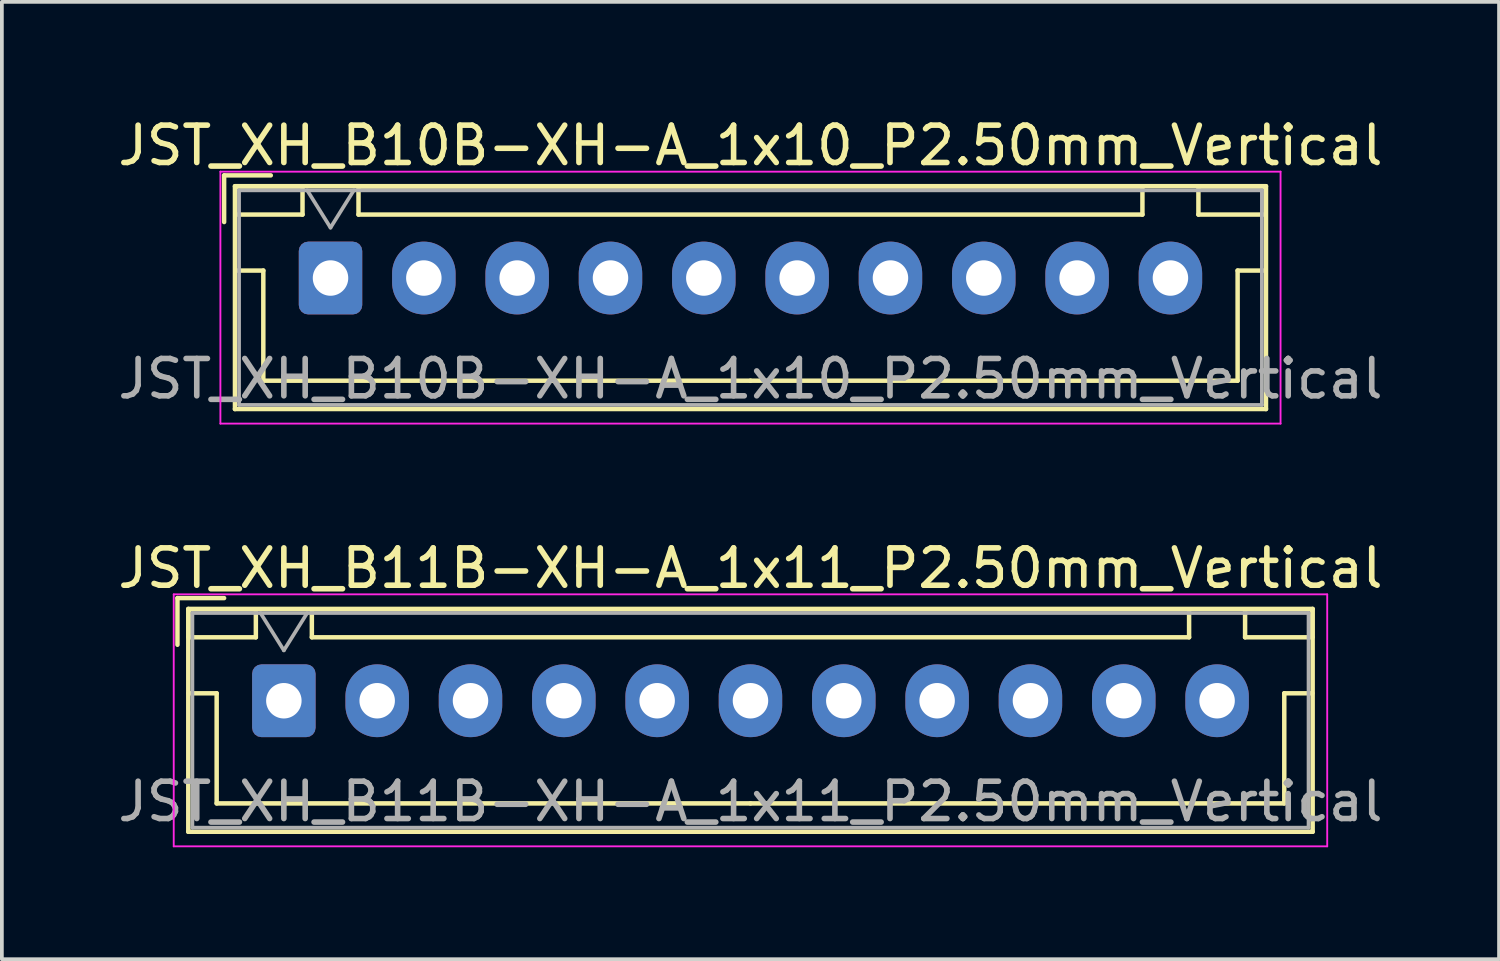
<source format=kicad_pcb>
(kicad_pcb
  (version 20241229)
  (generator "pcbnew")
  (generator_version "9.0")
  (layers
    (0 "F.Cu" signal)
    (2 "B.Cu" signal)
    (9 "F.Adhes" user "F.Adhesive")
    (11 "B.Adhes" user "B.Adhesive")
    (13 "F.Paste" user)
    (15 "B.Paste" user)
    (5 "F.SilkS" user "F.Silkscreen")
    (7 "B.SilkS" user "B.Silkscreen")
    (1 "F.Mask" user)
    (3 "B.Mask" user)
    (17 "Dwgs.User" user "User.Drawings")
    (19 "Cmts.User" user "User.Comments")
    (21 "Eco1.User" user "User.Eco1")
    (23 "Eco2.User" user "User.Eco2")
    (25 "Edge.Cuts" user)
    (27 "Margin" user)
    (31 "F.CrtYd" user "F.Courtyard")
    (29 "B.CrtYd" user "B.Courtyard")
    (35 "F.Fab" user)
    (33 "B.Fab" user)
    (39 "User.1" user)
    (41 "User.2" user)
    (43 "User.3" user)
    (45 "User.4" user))
  (footprint "JST_XH_B10B-XH-A_1x10_P2.50mm_Vertical"
    (layer "F.Cu")
    (at 5.804 4.398)
    (property "Reference" "JST_XH_B10B-XH-A_1x10_P2.50mm_Vertical" (at 11.25 -3.55 0) (layer "F.SilkS") (effects (font (size 1 1) (thickness 0.15))))
    (attr through_hole)
    (fp_line (start -2.85 -2.75) (end -2.85 -1.5) (stroke (width 0.12) (type solid)) (layer "F.SilkS"))
    (fp_line (start -2.56 -2.46) (end -2.56 3.51) (stroke (width 0.12) (type solid)) (layer "F.SilkS"))
    (fp_line (start -2.56 3.51) (end 25.06 3.51) (stroke (width 0.12) (type solid)) (layer "F.SilkS"))
    (fp_line (start -2.55 -2.45) (end -2.55 -1.7) (stroke (width 0.12) (type solid)) (layer "F.SilkS"))
    (fp_line (start -2.55 -1.7) (end -0.75 -1.7) (stroke (width 0.12) (type solid)) (layer "F.SilkS"))
    (fp_line (start -2.55 -0.2) (end -1.8 -0.2) (stroke (width 0.12) (type solid)) (layer "F.SilkS"))
    (fp_line (start -1.8 -0.2) (end -1.8 2.75) (stroke (width 0.12) (type solid)) (layer "F.SilkS"))
    (fp_line (start -1.8 2.75) (end 11.25 2.75) (stroke (width 0.12) (type solid)) (layer "F.SilkS"))
    (fp_line (start -1.6 -2.75) (end -2.85 -2.75) (stroke (width 0.12) (type solid)) (layer "F.SilkS"))
    (fp_line (start -0.75 -2.45) (end -2.55 -2.45) (stroke (width 0.12) (type solid)) (layer "F.SilkS"))
    (fp_line (start -0.75 -1.7) (end -0.75 -2.45) (stroke (width 0.12) (type solid)) (layer "F.SilkS"))
    (fp_line (start 0.75 -2.45) (end 0.75 -1.7) (stroke (width 0.12) (type solid)) (layer "F.SilkS"))
    (fp_line (start 0.75 -1.7) (end 21.75 -1.7) (stroke (width 0.12) (type solid)) (layer "F.SilkS"))
    (fp_line (start 21.75 -2.45) (end 0.75 -2.45) (stroke (width 0.12) (type solid)) (layer "F.SilkS"))
    (fp_line (start 21.75 -1.7) (end 21.75 -2.45) (stroke (width 0.12) (type solid)) (layer "F.SilkS"))
    (fp_line (start 23.25 -2.45) (end 23.25 -1.7) (stroke (width 0.12) (type solid)) (layer "F.SilkS"))
    (fp_line (start 23.25 -1.7) (end 25.05 -1.7) (stroke (width 0.12) (type solid)) (layer "F.SilkS"))
    (fp_line (start 24.3 -0.2) (end 24.3 2.75) (stroke (width 0.12) (type solid)) (layer "F.SilkS"))
    (fp_line (start 24.3 2.75) (end 11.25 2.75) (stroke (width 0.12) (type solid)) (layer "F.SilkS"))
    (fp_line (start 25.05 -2.45) (end 23.25 -2.45) (stroke (width 0.12) (type solid)) (layer "F.SilkS"))
    (fp_line (start 25.05 -1.7) (end 25.05 -2.45) (stroke (width 0.12) (type solid)) (layer "F.SilkS"))
    (fp_line (start 25.05 -0.2) (end 24.3 -0.2) (stroke (width 0.12) (type solid)) (layer "F.SilkS"))
    (fp_line (start 25.06 -2.46) (end -2.56 -2.46) (stroke (width 0.12) (type solid)) (layer "F.SilkS"))
    (fp_line (start 25.06 3.51) (end 25.06 -2.46) (stroke (width 0.12) (type solid)) (layer "F.SilkS"))
    (fp_line (start -2.95 -2.85) (end -2.95 3.9) (stroke (width 0.05) (type solid)) (layer "F.CrtYd"))
    (fp_line (start -2.95 3.9) (end 25.45 3.9) (stroke (width 0.05) (type solid)) (layer "F.CrtYd"))
    (fp_line (start 25.45 -2.85) (end -2.95 -2.85) (stroke (width 0.05) (type solid)) (layer "F.CrtYd"))
    (fp_line (start 25.45 3.9) (end 25.45 -2.85) (stroke (width 0.05) (type solid)) (layer "F.CrtYd"))
    (fp_line (start -2.45 -2.35) (end -2.45 3.4) (stroke (width 0.1) (type solid)) (layer "F.Fab"))
    (fp_line (start -2.45 3.4) (end 24.95 3.4) (stroke (width 0.1) (type solid)) (layer "F.Fab"))
    (fp_line (start -0.625 -2.35) (end 0 -1.35) (stroke (width 0.1) (type solid)) (layer "F.Fab"))
    (fp_line (start 0 -1.35) (end 0.625 -2.35) (stroke (width 0.1) (type solid)) (layer "F.Fab"))
    (fp_line (start 24.95 -2.35) (end -2.45 -2.35) (stroke (width 0.1) (type solid)) (layer "F.Fab"))
    (fp_line (start 24.95 3.4) (end 24.95 -2.35) (stroke (width 0.1) (type solid)) (layer "F.Fab"))
    (fp_text user "${REFERENCE}" (at 11.25 2.7 0) (layer "F.Fab") (effects (font (size 1 1) (thickness 0.15))))
    (pad "1" thru_hole roundrect (at 0 0) (size 1.7 1.95) (drill 0.95) (layers "*.Cu" "*.Mask") (roundrect_rratio 0.147))
    (pad "2" thru_hole oval (at 2.5 0) (size 1.7 1.95) (drill 0.95) (layers "*.Cu" "*.Mask"))
    (pad "3" thru_hole oval (at 5 0) (size 1.7 1.95) (drill 0.95) (layers "*.Cu" "*.Mask"))
    (pad "4" thru_hole oval (at 7.5 0) (size 1.7 1.95) (drill 0.95) (layers "*.Cu" "*.Mask"))
    (pad "5" thru_hole oval (at 10 0) (size 1.7 1.95) (drill 0.95) (layers "*.Cu" "*.Mask"))
    (pad "6" thru_hole oval (at 12.5 0) (size 1.7 1.95) (drill 0.95) (layers "*.Cu" "*.Mask"))
    (pad "7" thru_hole oval (at 15 0) (size 1.7 1.95) (drill 0.95) (layers "*.Cu" "*.Mask"))
    (pad "8" thru_hole oval (at 17.5 0) (size 1.7 1.95) (drill 0.95) (layers "*.Cu" "*.Mask"))
    (pad "9" thru_hole oval (at 20 0) (size 1.7 1.95) (drill 0.95) (layers "*.Cu" "*.Mask"))
    (pad "10" thru_hole oval (at 22.5 0) (size 1.7 1.95) (drill 0.95) (layers "*.Cu" "*.Mask")))
  (footprint "JST_XH_B11B-XH-A_1x11_P2.50mm_Vertical"
    (layer "F.Cu")
    (at 4.554 15.722)
    (property "Reference" "JST_XH_B11B-XH-A_1x11_P2.50mm_Vertical" (at 12.5 -3.55 0) (layer "F.SilkS") (effects (font (size 1 1) (thickness 0.15))))
    (attr through_hole)
    (fp_line (start -2.85 -2.75) (end -2.85 -1.5) (stroke (width 0.12) (type solid)) (layer "F.SilkS"))
    (fp_line (start -2.56 -2.46) (end -2.56 3.51) (stroke (width 0.12) (type solid)) (layer "F.SilkS"))
    (fp_line (start -2.56 3.51) (end 27.56 3.51) (stroke (width 0.12) (type solid)) (layer "F.SilkS"))
    (fp_line (start -2.55 -2.45) (end -2.55 -1.7) (stroke (width 0.12) (type solid)) (layer "F.SilkS"))
    (fp_line (start -2.55 -1.7) (end -0.75 -1.7) (stroke (width 0.12) (type solid)) (layer "F.SilkS"))
    (fp_line (start -2.55 -0.2) (end -1.8 -0.2) (stroke (width 0.12) (type solid)) (layer "F.SilkS"))
    (fp_line (start -1.8 -0.2) (end -1.8 2.75) (stroke (width 0.12) (type solid)) (layer "F.SilkS"))
    (fp_line (start -1.8 2.75) (end 12.5 2.75) (stroke (width 0.12) (type solid)) (layer "F.SilkS"))
    (fp_line (start -1.6 -2.75) (end -2.85 -2.75) (stroke (width 0.12) (type solid)) (layer "F.SilkS"))
    (fp_line (start -0.75 -2.45) (end -2.55 -2.45) (stroke (width 0.12) (type solid)) (layer "F.SilkS"))
    (fp_line (start -0.75 -1.7) (end -0.75 -2.45) (stroke (width 0.12) (type solid)) (layer "F.SilkS"))
    (fp_line (start 0.75 -2.45) (end 0.75 -1.7) (stroke (width 0.12) (type solid)) (layer "F.SilkS"))
    (fp_line (start 0.75 -1.7) (end 24.25 -1.7) (stroke (width 0.12) (type solid)) (layer "F.SilkS"))
    (fp_line (start 24.25 -2.45) (end 0.75 -2.45) (stroke (width 0.12) (type solid)) (layer "F.SilkS"))
    (fp_line (start 24.25 -1.7) (end 24.25 -2.45) (stroke (width 0.12) (type solid)) (layer "F.SilkS"))
    (fp_line (start 25.75 -2.45) (end 25.75 -1.7) (stroke (width 0.12) (type solid)) (layer "F.SilkS"))
    (fp_line (start 25.75 -1.7) (end 27.55 -1.7) (stroke (width 0.12) (type solid)) (layer "F.SilkS"))
    (fp_line (start 26.8 -0.2) (end 26.8 2.75) (stroke (width 0.12) (type solid)) (layer "F.SilkS"))
    (fp_line (start 26.8 2.75) (end 12.5 2.75) (stroke (width 0.12) (type solid)) (layer "F.SilkS"))
    (fp_line (start 27.55 -2.45) (end 25.75 -2.45) (stroke (width 0.12) (type solid)) (layer "F.SilkS"))
    (fp_line (start 27.55 -1.7) (end 27.55 -2.45) (stroke (width 0.12) (type solid)) (layer "F.SilkS"))
    (fp_line (start 27.55 -0.2) (end 26.8 -0.2) (stroke (width 0.12) (type solid)) (layer "F.SilkS"))
    (fp_line (start 27.56 -2.46) (end -2.56 -2.46) (stroke (width 0.12) (type solid)) (layer "F.SilkS"))
    (fp_line (start 27.56 3.51) (end 27.56 -2.46) (stroke (width 0.12) (type solid)) (layer "F.SilkS"))
    (fp_line (start -2.95 -2.85) (end -2.95 3.9) (stroke (width 0.05) (type solid)) (layer "F.CrtYd"))
    (fp_line (start -2.95 3.9) (end 27.95 3.9) (stroke (width 0.05) (type solid)) (layer "F.CrtYd"))
    (fp_line (start 27.95 -2.85) (end -2.95 -2.85) (stroke (width 0.05) (type solid)) (layer "F.CrtYd"))
    (fp_line (start 27.95 3.9) (end 27.95 -2.85) (stroke (width 0.05) (type solid)) (layer "F.CrtYd"))
    (fp_line (start -2.45 -2.35) (end -2.45 3.4) (stroke (width 0.1) (type solid)) (layer "F.Fab"))
    (fp_line (start -2.45 3.4) (end 27.45 3.4) (stroke (width 0.1) (type solid)) (layer "F.Fab"))
    (fp_line (start -0.625 -2.35) (end 0 -1.35) (stroke (width 0.1) (type solid)) (layer "F.Fab"))
    (fp_line (start 0 -1.35) (end 0.625 -2.35) (stroke (width 0.1) (type solid)) (layer "F.Fab"))
    (fp_line (start 27.45 -2.35) (end -2.45 -2.35) (stroke (width 0.1) (type solid)) (layer "F.Fab"))
    (fp_line (start 27.45 3.4) (end 27.45 -2.35) (stroke (width 0.1) (type solid)) (layer "F.Fab"))
    (fp_text user "${REFERENCE}" (at 12.5 2.7 0) (layer "F.Fab") (effects (font (size 1 1) (thickness 0.15))))
    (pad "1" thru_hole roundrect (at 0 0) (size 1.7 1.95) (drill 0.95) (layers "*.Cu" "*.Mask") (roundrect_rratio 0.147))
    (pad "2" thru_hole oval (at 2.5 0) (size 1.7 1.95) (drill 0.95) (layers "*.Cu" "*.Mask"))
    (pad "3" thru_hole oval (at 5 0) (size 1.7 1.95) (drill 0.95) (layers "*.Cu" "*.Mask"))
    (pad "4" thru_hole oval (at 7.5 0) (size 1.7 1.95) (drill 0.95) (layers "*.Cu" "*.Mask"))
    (pad "5" thru_hole oval (at 10 0) (size 1.7 1.95) (drill 0.95) (layers "*.Cu" "*.Mask"))
    (pad "6" thru_hole oval (at 12.5 0) (size 1.7 1.95) (drill 0.95) (layers "*.Cu" "*.Mask"))
    (pad "7" thru_hole oval (at 15 0) (size 1.7 1.95) (drill 0.95) (layers "*.Cu" "*.Mask"))
    (pad "8" thru_hole oval (at 17.5 0) (size 1.7 1.95) (drill 0.95) (layers "*.Cu" "*.Mask"))
    (pad "9" thru_hole oval (at 20 0) (size 1.7 1.95) (drill 0.95) (layers "*.Cu" "*.Mask"))
    (pad "10" thru_hole oval (at 22.5 0) (size 1.7 1.95) (drill 0.95) (layers "*.Cu" "*.Mask"))
    (pad "11" thru_hole oval (at 25 0) (size 1.7 1.95) (drill 0.95) (layers "*.Cu" "*.Mask")))
  (gr_rect
    (start -3 -3)
    (end 37.107 22.646)
    (stroke (width 0.1) (type default))
    (fill no)
    (layer "Edge.Cuts")))
</source>
